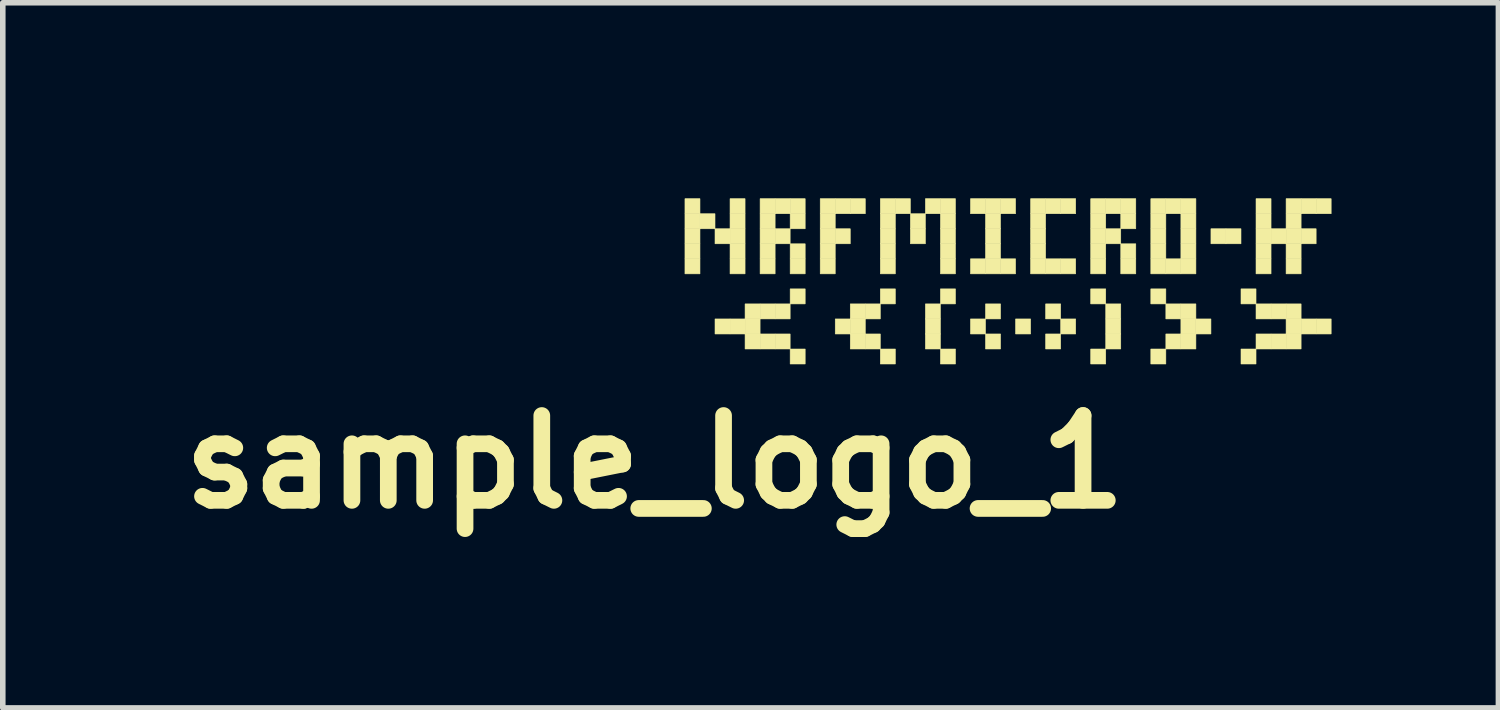
<source format=kicad_pcb>
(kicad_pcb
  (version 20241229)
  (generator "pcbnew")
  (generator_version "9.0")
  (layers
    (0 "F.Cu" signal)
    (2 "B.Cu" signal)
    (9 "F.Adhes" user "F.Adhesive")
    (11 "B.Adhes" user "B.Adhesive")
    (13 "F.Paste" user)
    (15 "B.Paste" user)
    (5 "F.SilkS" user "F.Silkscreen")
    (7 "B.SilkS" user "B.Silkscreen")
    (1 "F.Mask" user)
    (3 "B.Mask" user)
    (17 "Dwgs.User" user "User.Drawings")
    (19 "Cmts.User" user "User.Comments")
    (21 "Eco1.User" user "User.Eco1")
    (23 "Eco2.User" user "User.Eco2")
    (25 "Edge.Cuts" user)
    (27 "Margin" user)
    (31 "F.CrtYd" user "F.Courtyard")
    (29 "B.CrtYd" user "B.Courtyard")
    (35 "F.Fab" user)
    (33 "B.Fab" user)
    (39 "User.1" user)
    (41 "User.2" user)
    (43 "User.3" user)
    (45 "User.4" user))
  (footprint "sample_logo_1"
    (layer "F.Cu")
    (at 8.716 0.25)
    (property "Reference" "sample_logo_1" (at 0 5 0) (layer "F.SilkS") (effects (font (size 1.524 1.524) (thickness 0.3))))
    (attr through_hole)
    (fp_poly (pts (xy 0.54 0.27) (xy 0.81 0.27) (xy 0.81 0.54) (xy 0.54 0.54) (xy 0.54 0.27)) (stroke (width 0.01) (type solid)) (fill yes) (layer "F.SilkS"))
    (fp_poly (pts (xy 0.54 0.54) (xy 0.81 0.54) (xy 0.81 0.81) (xy 0.54 0.81) (xy 0.54 0.54)) (stroke (width 0.01) (type solid)) (fill yes) (layer "F.SilkS"))
    (fp_poly (pts (xy 0.54 0.81) (xy 0.81 0.81) (xy 0.81 1.08) (xy 0.54 1.08) (xy 0.54 0.81)) (stroke (width 0.01) (type solid)) (fill yes) (layer "F.SilkS"))
    (fp_poly (pts (xy 0.54 1.08) (xy 0.81 1.08) (xy 0.81 1.35) (xy 0.54 1.35) (xy 0.54 1.08)) (stroke (width 0.01) (type solid)) (fill yes) (layer "F.SilkS"))
    (fp_poly (pts (xy 0.54 1.35) (xy 0.81 1.35) (xy 0.81 1.62) (xy 0.54 1.62) (xy 0.54 1.35)) (stroke (width 0.01) (type solid)) (fill yes) (layer "F.SilkS"))
    (fp_poly (pts (xy 0.81 0.54) (xy 1.08 0.54) (xy 1.08 0.81) (xy 0.81 0.81) (xy 0.81 0.54)) (stroke (width 0.01) (type solid)) (fill yes) (layer "F.SilkS"))
    (fp_poly (pts (xy 1.08 0.81) (xy 1.35 0.81) (xy 1.35 1.08) (xy 1.08 1.08) (xy 1.08 0.81)) (stroke (width 0.01) (type solid)) (fill yes) (layer "F.SilkS"))
    (fp_poly (pts (xy 1.08 2.43) (xy 1.35 2.43) (xy 1.35 2.7) (xy 1.08 2.7) (xy 1.08 2.43)) (stroke (width 0.01) (type solid)) (fill yes) (layer "F.SilkS"))
    (fp_poly (pts (xy 1.35 0.27) (xy 1.62 0.27) (xy 1.62 0.54) (xy 1.35 0.54) (xy 1.35 0.27)) (stroke (width 0.01) (type solid)) (fill yes) (layer "F.SilkS"))
    (fp_poly (pts (xy 1.35 0.54) (xy 1.62 0.54) (xy 1.62 0.81) (xy 1.35 0.81) (xy 1.35 0.54)) (stroke (width 0.01) (type solid)) (fill yes) (layer "F.SilkS"))
    (fp_poly (pts (xy 1.35 0.81) (xy 1.62 0.81) (xy 1.62 1.08) (xy 1.35 1.08) (xy 1.35 0.81)) (stroke (width 0.01) (type solid)) (fill yes) (layer "F.SilkS"))
    (fp_poly (pts (xy 1.35 1.08) (xy 1.62 1.08) (xy 1.62 1.35) (xy 1.35 1.35) (xy 1.35 1.08)) (stroke (width 0.01) (type solid)) (fill yes) (layer "F.SilkS"))
    (fp_poly (pts (xy 1.35 1.35) (xy 1.62 1.35) (xy 1.62 1.62) (xy 1.35 1.62) (xy 1.35 1.35)) (stroke (width 0.01) (type solid)) (fill yes) (layer "F.SilkS"))
    (fp_poly (pts (xy 1.35 2.43) (xy 1.62 2.43) (xy 1.62 2.7) (xy 1.35 2.7) (xy 1.35 2.43)) (stroke (width 0.01) (type solid)) (fill yes) (layer "F.SilkS"))
    (fp_poly (pts (xy 1.62 2.16) (xy 1.89 2.16) (xy 1.89 2.43) (xy 1.62 2.43) (xy 1.62 2.16)) (stroke (width 0.01) (type solid)) (fill yes) (layer "F.SilkS"))
    (fp_poly (pts (xy 1.62 2.43) (xy 1.89 2.43) (xy 1.89 2.7) (xy 1.62 2.7) (xy 1.62 2.43)) (stroke (width 0.01) (type solid)) (fill yes) (layer "F.SilkS"))
    (fp_poly (pts (xy 1.62 2.7) (xy 1.89 2.7) (xy 1.89 2.97) (xy 1.62 2.97) (xy 1.62 2.7)) (stroke (width 0.01) (type solid)) (fill yes) (layer "F.SilkS"))
    (fp_poly (pts (xy 1.89 0.27) (xy 2.16 0.27) (xy 2.16 0.54) (xy 1.89 0.54) (xy 1.89 0.27)) (stroke (width 0.01) (type solid)) (fill yes) (layer "F.SilkS"))
    (fp_poly (pts (xy 1.89 0.54) (xy 2.16 0.54) (xy 2.16 0.81) (xy 1.89 0.81) (xy 1.89 0.54)) (stroke (width 0.01) (type solid)) (fill yes) (layer "F.SilkS"))
    (fp_poly (pts (xy 1.89 0.81) (xy 2.16 0.81) (xy 2.16 1.08) (xy 1.89 1.08) (xy 1.89 0.81)) (stroke (width 0.01) (type solid)) (fill yes) (layer "F.SilkS"))
    (fp_poly (pts (xy 1.89 1.08) (xy 2.16 1.08) (xy 2.16 1.35) (xy 1.89 1.35) (xy 1.89 1.08)) (stroke (width 0.01) (type solid)) (fill yes) (layer "F.SilkS"))
    (fp_poly (pts (xy 1.89 1.35) (xy 2.16 1.35) (xy 2.16 1.62) (xy 1.89 1.62) (xy 1.89 1.35)) (stroke (width 0.01) (type solid)) (fill yes) (layer "F.SilkS"))
    (fp_poly (pts (xy 1.89 2.16) (xy 2.16 2.16) (xy 2.16 2.43) (xy 1.89 2.43) (xy 1.89 2.16)) (stroke (width 0.01) (type solid)) (fill yes) (layer "F.SilkS"))
    (fp_poly (pts (xy 1.89 2.7) (xy 2.16 2.7) (xy 2.16 2.97) (xy 1.89 2.97) (xy 1.89 2.7)) (stroke (width 0.01) (type solid)) (fill yes) (layer "F.SilkS"))
    (fp_poly (pts (xy 2.16 0.27) (xy 2.43 0.27) (xy 2.43 0.54) (xy 2.16 0.54) (xy 2.16 0.27)) (stroke (width 0.01) (type solid)) (fill yes) (layer "F.SilkS"))
    (fp_poly (pts (xy 2.16 0.81) (xy 2.43 0.81) (xy 2.43 1.08) (xy 2.16 1.08) (xy 2.16 0.81)) (stroke (width 0.01) (type solid)) (fill yes) (layer "F.SilkS"))
    (fp_poly (pts (xy 2.16 2.16) (xy 2.43 2.16) (xy 2.43 2.43) (xy 2.16 2.43) (xy 2.16 2.16)) (stroke (width 0.01) (type solid)) (fill yes) (layer "F.SilkS"))
    (fp_poly (pts (xy 2.16 2.7) (xy 2.43 2.7) (xy 2.43 2.97) (xy 2.16 2.97) (xy 2.16 2.7)) (stroke (width 0.01) (type solid)) (fill yes) (layer "F.SilkS"))
    (fp_poly (pts (xy 2.43 0.27) (xy 2.7 0.27) (xy 2.7 0.54) (xy 2.43 0.54) (xy 2.43 0.27)) (stroke (width 0.01) (type solid)) (fill yes) (layer "F.SilkS"))
    (fp_poly (pts (xy 2.43 0.54) (xy 2.7 0.54) (xy 2.7 0.81) (xy 2.43 0.81) (xy 2.43 0.54)) (stroke (width 0.01) (type solid)) (fill yes) (layer "F.SilkS"))
    (fp_poly (pts (xy 2.43 1.08) (xy 2.7 1.08) (xy 2.7 1.35) (xy 2.43 1.35) (xy 2.43 1.08)) (stroke (width 0.01) (type solid)) (fill yes) (layer "F.SilkS"))
    (fp_poly (pts (xy 2.43 1.35) (xy 2.7 1.35) (xy 2.7 1.62) (xy 2.43 1.62) (xy 2.43 1.35)) (stroke (width 0.01) (type solid)) (fill yes) (layer "F.SilkS"))
    (fp_poly (pts (xy 2.43 1.89) (xy 2.7 1.89) (xy 2.7 2.16) (xy 2.43 2.16) (xy 2.43 1.89)) (stroke (width 0.01) (type solid)) (fill yes) (layer "F.SilkS"))
    (fp_poly (pts (xy 2.43 2.97) (xy 2.7 2.97) (xy 2.7 3.24) (xy 2.43 3.24) (xy 2.43 2.97)) (stroke (width 0.01) (type solid)) (fill yes) (layer "F.SilkS"))
    (fp_poly (pts (xy 2.97 0.27) (xy 3.24 0.27) (xy 3.24 0.54) (xy 2.97 0.54) (xy 2.97 0.27)) (stroke (width 0.01) (type solid)) (fill yes) (layer "F.SilkS"))
    (fp_poly (pts (xy 2.97 0.54) (xy 3.24 0.54) (xy 3.24 0.81) (xy 2.97 0.81) (xy 2.97 0.54)) (stroke (width 0.01) (type solid)) (fill yes) (layer "F.SilkS"))
    (fp_poly (pts (xy 2.97 0.81) (xy 3.24 0.81) (xy 3.24 1.08) (xy 2.97 1.08) (xy 2.97 0.81)) (stroke (width 0.01) (type solid)) (fill yes) (layer "F.SilkS"))
    (fp_poly (pts (xy 2.97 1.08) (xy 3.24 1.08) (xy 3.24 1.35) (xy 2.97 1.35) (xy 2.97 1.08)) (stroke (width 0.01) (type solid)) (fill yes) (layer "F.SilkS"))
    (fp_poly (pts (xy 2.97 1.35) (xy 3.24 1.35) (xy 3.24 1.62) (xy 2.97 1.62) (xy 2.97 1.35)) (stroke (width 0.01) (type solid)) (fill yes) (layer "F.SilkS"))
    (fp_poly (pts (xy 3.24 0.27) (xy 3.51 0.27) (xy 3.51 0.54) (xy 3.24 0.54) (xy 3.24 0.27)) (stroke (width 0.01) (type solid)) (fill yes) (layer "F.SilkS"))
    (fp_poly (pts (xy 3.24 0.81) (xy 3.51 0.81) (xy 3.51 1.08) (xy 3.24 1.08) (xy 3.24 0.81)) (stroke (width 0.01) (type solid)) (fill yes) (layer "F.SilkS"))
    (fp_poly (pts (xy 3.24 2.43) (xy 3.51 2.43) (xy 3.51 2.7) (xy 3.24 2.7) (xy 3.24 2.43)) (stroke (width 0.01) (type solid)) (fill yes) (layer "F.SilkS"))
    (fp_poly (pts (xy 3.51 0.27) (xy 3.78 0.27) (xy 3.78 0.54) (xy 3.51 0.54) (xy 3.51 0.27)) (stroke (width 0.01) (type solid)) (fill yes) (layer "F.SilkS"))
    (fp_poly (pts (xy 3.51 2.16) (xy 3.78 2.16) (xy 3.78 2.43) (xy 3.51 2.43) (xy 3.51 2.16)) (stroke (width 0.01) (type solid)) (fill yes) (layer "F.SilkS"))
    (fp_poly (pts (xy 3.51 2.43) (xy 3.78 2.43) (xy 3.78 2.7) (xy 3.51 2.7) (xy 3.51 2.43)) (stroke (width 0.01) (type solid)) (fill yes) (layer "F.SilkS"))
    (fp_poly (pts (xy 3.51 2.7) (xy 3.78 2.7) (xy 3.78 2.97) (xy 3.51 2.97) (xy 3.51 2.7)) (stroke (width 0.01) (type solid)) (fill yes) (layer "F.SilkS"))
    (fp_poly (pts (xy 3.78 2.16) (xy 4.05 2.16) (xy 4.05 2.43) (xy 3.78 2.43) (xy 3.78 2.16)) (stroke (width 0.01) (type solid)) (fill yes) (layer "F.SilkS"))
    (fp_poly (pts (xy 3.78 2.7) (xy 4.05 2.7) (xy 4.05 2.97) (xy 3.78 2.97) (xy 3.78 2.7)) (stroke (width 0.01) (type solid)) (fill yes) (layer "F.SilkS"))
    (fp_poly (pts (xy 4.05 0.27) (xy 4.32 0.27) (xy 4.32 0.54) (xy 4.05 0.54) (xy 4.05 0.27)) (stroke (width 0.01) (type solid)) (fill yes) (layer "F.SilkS"))
    (fp_poly (pts (xy 4.05 0.54) (xy 4.32 0.54) (xy 4.32 0.81) (xy 4.05 0.81) (xy 4.05 0.54)) (stroke (width 0.01) (type solid)) (fill yes) (layer "F.SilkS"))
    (fp_poly (pts (xy 4.05 0.81) (xy 4.32 0.81) (xy 4.32 1.08) (xy 4.05 1.08) (xy 4.05 0.81)) (stroke (width 0.01) (type solid)) (fill yes) (layer "F.SilkS"))
    (fp_poly (pts (xy 4.05 1.08) (xy 4.32 1.08) (xy 4.32 1.35) (xy 4.05 1.35) (xy 4.05 1.08)) (stroke (width 0.01) (type solid)) (fill yes) (layer "F.SilkS"))
    (fp_poly (pts (xy 4.05 1.35) (xy 4.32 1.35) (xy 4.32 1.62) (xy 4.05 1.62) (xy 4.05 1.35)) (stroke (width 0.01) (type solid)) (fill yes) (layer "F.SilkS"))
    (fp_poly (pts (xy 4.05 1.89) (xy 4.32 1.89) (xy 4.32 2.16) (xy 4.05 2.16) (xy 4.05 1.89)) (stroke (width 0.01) (type solid)) (fill yes) (layer "F.SilkS"))
    (fp_poly (pts (xy 4.05 2.97) (xy 4.32 2.97) (xy 4.32 3.24) (xy 4.05 3.24) (xy 4.05 2.97)) (stroke (width 0.01) (type solid)) (fill yes) (layer "F.SilkS"))
    (fp_poly (pts (xy 4.32 0.27) (xy 4.59 0.27) (xy 4.59 0.54) (xy 4.32 0.54) (xy 4.32 0.27)) (stroke (width 0.01) (type solid)) (fill yes) (layer "F.SilkS"))
    (fp_poly (pts (xy 4.59 0.54) (xy 4.86 0.54) (xy 4.86 0.81) (xy 4.59 0.81) (xy 4.59 0.54)) (stroke (width 0.01) (type solid)) (fill yes) (layer "F.SilkS"))
    (fp_poly (pts (xy 4.59 0.81) (xy 4.86 0.81) (xy 4.86 1.08) (xy 4.59 1.08) (xy 4.59 0.81)) (stroke (width 0.01) (type solid)) (fill yes) (layer "F.SilkS"))
    (fp_poly (pts (xy 4.86 0.27) (xy 5.13 0.27) (xy 5.13 0.54) (xy 4.86 0.54) (xy 4.86 0.27)) (stroke (width 0.01) (type solid)) (fill yes) (layer "F.SilkS"))
    (fp_poly (pts (xy 4.86 2.16) (xy 5.13 2.16) (xy 5.13 2.43) (xy 4.86 2.43) (xy 4.86 2.16)) (stroke (width 0.01) (type solid)) (fill yes) (layer "F.SilkS"))
    (fp_poly (pts (xy 4.86 2.43) (xy 5.13 2.43) (xy 5.13 2.7) (xy 4.86 2.7) (xy 4.86 2.43)) (stroke (width 0.01) (type solid)) (fill yes) (layer "F.SilkS"))
    (fp_poly (pts (xy 4.86 2.7) (xy 5.13 2.7) (xy 5.13 2.97) (xy 4.86 2.97) (xy 4.86 2.7)) (stroke (width 0.01) (type solid)) (fill yes) (layer "F.SilkS"))
    (fp_poly (pts (xy 5.13 0.27) (xy 5.4 0.27) (xy 5.4 0.54) (xy 5.13 0.54) (xy 5.13 0.27)) (stroke (width 0.01) (type solid)) (fill yes) (layer "F.SilkS"))
    (fp_poly (pts (xy 5.13 0.54) (xy 5.4 0.54) (xy 5.4 0.81) (xy 5.13 0.81) (xy 5.13 0.54)) (stroke (width 0.01) (type solid)) (fill yes) (layer "F.SilkS"))
    (fp_poly (pts (xy 5.13 0.81) (xy 5.4 0.81) (xy 5.4 1.08) (xy 5.13 1.08) (xy 5.13 0.81)) (stroke (width 0.01) (type solid)) (fill yes) (layer "F.SilkS"))
    (fp_poly (pts (xy 5.13 1.08) (xy 5.4 1.08) (xy 5.4 1.35) (xy 5.13 1.35) (xy 5.13 1.08)) (stroke (width 0.01) (type solid)) (fill yes) (layer "F.SilkS"))
    (fp_poly (pts (xy 5.13 1.35) (xy 5.4 1.35) (xy 5.4 1.62) (xy 5.13 1.62) (xy 5.13 1.35)) (stroke (width 0.01) (type solid)) (fill yes) (layer "F.SilkS"))
    (fp_poly (pts (xy 5.13 1.89) (xy 5.4 1.89) (xy 5.4 2.16) (xy 5.13 2.16) (xy 5.13 1.89)) (stroke (width 0.01) (type solid)) (fill yes) (layer "F.SilkS"))
    (fp_poly (pts (xy 5.13 2.97) (xy 5.4 2.97) (xy 5.4 3.24) (xy 5.13 3.24) (xy 5.13 2.97)) (stroke (width 0.01) (type solid)) (fill yes) (layer "F.SilkS"))
    (fp_poly (pts (xy 5.67 0.27) (xy 5.94 0.27) (xy 5.94 0.54) (xy 5.67 0.54) (xy 5.67 0.27)) (stroke (width 0.01) (type solid)) (fill yes) (layer "F.SilkS"))
    (fp_poly (pts (xy 5.67 1.35) (xy 5.94 1.35) (xy 5.94 1.62) (xy 5.67 1.62) (xy 5.67 1.35)) (stroke (width 0.01) (type solid)) (fill yes) (layer "F.SilkS"))
    (fp_poly (pts (xy 5.67 2.43) (xy 5.94 2.43) (xy 5.94 2.7) (xy 5.67 2.7) (xy 5.67 2.43)) (stroke (width 0.01) (type solid)) (fill yes) (layer "F.SilkS"))
    (fp_poly (pts (xy 5.94 0.27) (xy 6.21 0.27) (xy 6.21 0.54) (xy 5.94 0.54) (xy 5.94 0.27)) (stroke (width 0.01) (type solid)) (fill yes) (layer "F.SilkS"))
    (fp_poly (pts (xy 5.94 0.54) (xy 6.21 0.54) (xy 6.21 0.81) (xy 5.94 0.81) (xy 5.94 0.54)) (stroke (width 0.01) (type solid)) (fill yes) (layer "F.SilkS"))
    (fp_poly (pts (xy 5.94 0.81) (xy 6.21 0.81) (xy 6.21 1.08) (xy 5.94 1.08) (xy 5.94 0.81)) (stroke (width 0.01) (type solid)) (fill yes) (layer "F.SilkS"))
    (fp_poly (pts (xy 5.94 1.08) (xy 6.21 1.08) (xy 6.21 1.35) (xy 5.94 1.35) (xy 5.94 1.08)) (stroke (width 0.01) (type solid)) (fill yes) (layer "F.SilkS"))
    (fp_poly (pts (xy 5.94 1.35) (xy 6.21 1.35) (xy 6.21 1.62) (xy 5.94 1.62) (xy 5.94 1.35)) (stroke (width 0.01) (type solid)) (fill yes) (layer "F.SilkS"))
    (fp_poly (pts (xy 5.94 2.16) (xy 6.21 2.16) (xy 6.21 2.43) (xy 5.94 2.43) (xy 5.94 2.16)) (stroke (width 0.01) (type solid)) (fill yes) (layer "F.SilkS"))
    (fp_poly (pts (xy 5.94 2.7) (xy 6.21 2.7) (xy 6.21 2.97) (xy 5.94 2.97) (xy 5.94 2.7)) (stroke (width 0.01) (type solid)) (fill yes) (layer "F.SilkS"))
    (fp_poly (pts (xy 6.21 0.27) (xy 6.48 0.27) (xy 6.48 0.54) (xy 6.21 0.54) (xy 6.21 0.27)) (stroke (width 0.01) (type solid)) (fill yes) (layer "F.SilkS"))
    (fp_poly (pts (xy 6.21 1.35) (xy 6.48 1.35) (xy 6.48 1.62) (xy 6.21 1.62) (xy 6.21 1.35)) (stroke (width 0.01) (type solid)) (fill yes) (layer "F.SilkS"))
    (fp_poly (pts (xy 6.48 2.43) (xy 6.75 2.43) (xy 6.75 2.7) (xy 6.48 2.7) (xy 6.48 2.43)) (stroke (width 0.01) (type solid)) (fill yes) (layer "F.SilkS"))
    (fp_poly (pts (xy 6.75 0.27) (xy 7.02 0.27) (xy 7.02 0.54) (xy 6.75 0.54) (xy 6.75 0.27)) (stroke (width 0.01) (type solid)) (fill yes) (layer "F.SilkS"))
    (fp_poly (pts (xy 6.75 0.54) (xy 7.02 0.54) (xy 7.02 0.81) (xy 6.75 0.81) (xy 6.75 0.54)) (stroke (width 0.01) (type solid)) (fill yes) (layer "F.SilkS"))
    (fp_poly (pts (xy 6.75 0.81) (xy 7.02 0.81) (xy 7.02 1.08) (xy 6.75 1.08) (xy 6.75 0.81)) (stroke (width 0.01) (type solid)) (fill yes) (layer "F.SilkS"))
    (fp_poly (pts (xy 6.75 1.08) (xy 7.02 1.08) (xy 7.02 1.35) (xy 6.75 1.35) (xy 6.75 1.08)) (stroke (width 0.01) (type solid)) (fill yes) (layer "F.SilkS"))
    (fp_poly (pts (xy 6.75 1.35) (xy 7.02 1.35) (xy 7.02 1.62) (xy 6.75 1.62) (xy 6.75 1.35)) (stroke (width 0.01) (type solid)) (fill yes) (layer "F.SilkS"))
    (fp_poly (pts (xy 7.02 0.27) (xy 7.29 0.27) (xy 7.29 0.54) (xy 7.02 0.54) (xy 7.02 0.27)) (stroke (width 0.01) (type solid)) (fill yes) (layer "F.SilkS"))
    (fp_poly (pts (xy 7.02 1.35) (xy 7.29 1.35) (xy 7.29 1.62) (xy 7.02 1.62) (xy 7.02 1.35)) (stroke (width 0.01) (type solid)) (fill yes) (layer "F.SilkS"))
    (fp_poly (pts (xy 7.02 2.16) (xy 7.29 2.16) (xy 7.29 2.43) (xy 7.02 2.43) (xy 7.02 2.16)) (stroke (width 0.01) (type solid)) (fill yes) (layer "F.SilkS"))
    (fp_poly (pts (xy 7.02 2.7) (xy 7.29 2.7) (xy 7.29 2.97) (xy 7.02 2.97) (xy 7.02 2.7)) (stroke (width 0.01) (type solid)) (fill yes) (layer "F.SilkS"))
    (fp_poly (pts (xy 7.29 0.27) (xy 7.56 0.27) (xy 7.56 0.54) (xy 7.29 0.54) (xy 7.29 0.27)) (stroke (width 0.01) (type solid)) (fill yes) (layer "F.SilkS"))
    (fp_poly (pts (xy 7.29 1.35) (xy 7.56 1.35) (xy 7.56 1.62) (xy 7.29 1.62) (xy 7.29 1.35)) (stroke (width 0.01) (type solid)) (fill yes) (layer "F.SilkS"))
    (fp_poly (pts (xy 7.29 2.43) (xy 7.56 2.43) (xy 7.56 2.7) (xy 7.29 2.7) (xy 7.29 2.43)) (stroke (width 0.01) (type solid)) (fill yes) (layer "F.SilkS"))
    (fp_poly (pts (xy 7.83 0.27) (xy 8.1 0.27) (xy 8.1 0.54) (xy 7.83 0.54) (xy 7.83 0.27)) (stroke (width 0.01) (type solid)) (fill yes) (layer "F.SilkS"))
    (fp_poly (pts (xy 7.83 0.54) (xy 8.1 0.54) (xy 8.1 0.81) (xy 7.83 0.81) (xy 7.83 0.54)) (stroke (width 0.01) (type solid)) (fill yes) (layer "F.SilkS"))
    (fp_poly (pts (xy 7.83 0.81) (xy 8.1 0.81) (xy 8.1 1.08) (xy 7.83 1.08) (xy 7.83 0.81)) (stroke (width 0.01) (type solid)) (fill yes) (layer "F.SilkS"))
    (fp_poly (pts (xy 7.83 1.08) (xy 8.1 1.08) (xy 8.1 1.35) (xy 7.83 1.35) (xy 7.83 1.08)) (stroke (width 0.01) (type solid)) (fill yes) (layer "F.SilkS"))
    (fp_poly (pts (xy 7.83 1.35) (xy 8.1 1.35) (xy 8.1 1.62) (xy 7.83 1.62) (xy 7.83 1.35)) (stroke (width 0.01) (type solid)) (fill yes) (layer "F.SilkS"))
    (fp_poly (pts (xy 7.83 1.89) (xy 8.1 1.89) (xy 8.1 2.16) (xy 7.83 2.16) (xy 7.83 1.89)) (stroke (width 0.01) (type solid)) (fill yes) (layer "F.SilkS"))
    (fp_poly (pts (xy 7.83 2.97) (xy 8.1 2.97) (xy 8.1 3.24) (xy 7.83 3.24) (xy 7.83 2.97)) (stroke (width 0.01) (type solid)) (fill yes) (layer "F.SilkS"))
    (fp_poly (pts (xy 8.1 0.27) (xy 8.37 0.27) (xy 8.37 0.54) (xy 8.1 0.54) (xy 8.1 0.27)) (stroke (width 0.01) (type solid)) (fill yes) (layer "F.SilkS"))
    (fp_poly (pts (xy 8.1 0.81) (xy 8.37 0.81) (xy 8.37 1.08) (xy 8.1 1.08) (xy 8.1 0.81)) (stroke (width 0.01) (type solid)) (fill yes) (layer "F.SilkS"))
    (fp_poly (pts (xy 8.1 2.16) (xy 8.37 2.16) (xy 8.37 2.43) (xy 8.1 2.43) (xy 8.1 2.16)) (stroke (width 0.01) (type solid)) (fill yes) (layer "F.SilkS"))
    (fp_poly (pts (xy 8.1 2.43) (xy 8.37 2.43) (xy 8.37 2.7) (xy 8.1 2.7) (xy 8.1 2.43)) (stroke (width 0.01) (type solid)) (fill yes) (layer "F.SilkS"))
    (fp_poly (pts (xy 8.1 2.7) (xy 8.37 2.7) (xy 8.37 2.97) (xy 8.1 2.97) (xy 8.1 2.7)) (stroke (width 0.01) (type solid)) (fill yes) (layer "F.SilkS"))
    (fp_poly (pts (xy 8.37 0.27) (xy 8.64 0.27) (xy 8.64 0.54) (xy 8.37 0.54) (xy 8.37 0.27)) (stroke (width 0.01) (type solid)) (fill yes) (layer "F.SilkS"))
    (fp_poly (pts (xy 8.37 0.54) (xy 8.64 0.54) (xy 8.64 0.81) (xy 8.37 0.81) (xy 8.37 0.54)) (stroke (width 0.01) (type solid)) (fill yes) (layer "F.SilkS"))
    (fp_poly (pts (xy 8.37 1.08) (xy 8.64 1.08) (xy 8.64 1.35) (xy 8.37 1.35) (xy 8.37 1.08)) (stroke (width 0.01) (type solid)) (fill yes) (layer "F.SilkS"))
    (fp_poly (pts (xy 8.37 1.35) (xy 8.64 1.35) (xy 8.64 1.62) (xy 8.37 1.62) (xy 8.37 1.35)) (stroke (width 0.01) (type solid)) (fill yes) (layer "F.SilkS"))
    (fp_poly (pts (xy 8.91 0.27) (xy 9.18 0.27) (xy 9.18 0.54) (xy 8.91 0.54) (xy 8.91 0.27)) (stroke (width 0.01) (type solid)) (fill yes) (layer "F.SilkS"))
    (fp_poly (pts (xy 8.91 0.54) (xy 9.18 0.54) (xy 9.18 0.81) (xy 8.91 0.81) (xy 8.91 0.54)) (stroke (width 0.01) (type solid)) (fill yes) (layer "F.SilkS"))
    (fp_poly (pts (xy 8.91 0.81) (xy 9.18 0.81) (xy 9.18 1.08) (xy 8.91 1.08) (xy 8.91 0.81)) (stroke (width 0.01) (type solid)) (fill yes) (layer "F.SilkS"))
    (fp_poly (pts (xy 8.91 1.08) (xy 9.18 1.08) (xy 9.18 1.35) (xy 8.91 1.35) (xy 8.91 1.08)) (stroke (width 0.01) (type solid)) (fill yes) (layer "F.SilkS"))
    (fp_poly (pts (xy 8.91 1.35) (xy 9.18 1.35) (xy 9.18 1.62) (xy 8.91 1.62) (xy 8.91 1.35)) (stroke (width 0.01) (type solid)) (fill yes) (layer "F.SilkS"))
    (fp_poly (pts (xy 8.91 1.89) (xy 9.18 1.89) (xy 9.18 2.16) (xy 8.91 2.16) (xy 8.91 1.89)) (stroke (width 0.01) (type solid)) (fill yes) (layer "F.SilkS"))
    (fp_poly (pts (xy 8.91 2.97) (xy 9.18 2.97) (xy 9.18 3.24) (xy 8.91 3.24) (xy 8.91 2.97)) (stroke (width 0.01) (type solid)) (fill yes) (layer "F.SilkS"))
    (fp_poly (pts (xy 9.18 0.27) (xy 9.45 0.27) (xy 9.45 0.54) (xy 9.18 0.54) (xy 9.18 0.27)) (stroke (width 0.01) (type solid)) (fill yes) (layer "F.SilkS"))
    (fp_poly (pts (xy 9.18 1.35) (xy 9.45 1.35) (xy 9.45 1.62) (xy 9.18 1.62) (xy 9.18 1.35)) (stroke (width 0.01) (type solid)) (fill yes) (layer "F.SilkS"))
    (fp_poly (pts (xy 9.18 2.16) (xy 9.45 2.16) (xy 9.45 2.43) (xy 9.18 2.43) (xy 9.18 2.16)) (stroke (width 0.01) (type solid)) (fill yes) (layer "F.SilkS"))
    (fp_poly (pts (xy 9.18 2.7) (xy 9.45 2.7) (xy 9.45 2.97) (xy 9.18 2.97) (xy 9.18 2.7)) (stroke (width 0.01) (type solid)) (fill yes) (layer "F.SilkS"))
    (fp_poly (pts (xy 9.45 0.27) (xy 9.72 0.27) (xy 9.72 0.54) (xy 9.45 0.54) (xy 9.45 0.27)) (stroke (width 0.01) (type solid)) (fill yes) (layer "F.SilkS"))
    (fp_poly (pts (xy 9.45 0.54) (xy 9.72 0.54) (xy 9.72 0.81) (xy 9.45 0.81) (xy 9.45 0.54)) (stroke (width 0.01) (type solid)) (fill yes) (layer "F.SilkS"))
    (fp_poly (pts (xy 9.45 0.81) (xy 9.72 0.81) (xy 9.72 1.08) (xy 9.45 1.08) (xy 9.45 0.81)) (stroke (width 0.01) (type solid)) (fill yes) (layer "F.SilkS"))
    (fp_poly (pts (xy 9.45 1.08) (xy 9.72 1.08) (xy 9.72 1.35) (xy 9.45 1.35) (xy 9.45 1.08)) (stroke (width 0.01) (type solid)) (fill yes) (layer "F.SilkS"))
    (fp_poly (pts (xy 9.45 1.35) (xy 9.72 1.35) (xy 9.72 1.62) (xy 9.45 1.62) (xy 9.45 1.35)) (stroke (width 0.01) (type solid)) (fill yes) (layer "F.SilkS"))
    (fp_poly (pts (xy 9.45 2.16) (xy 9.72 2.16) (xy 9.72 2.43) (xy 9.45 2.43) (xy 9.45 2.16)) (stroke (width 0.01) (type solid)) (fill yes) (layer "F.SilkS"))
    (fp_poly (pts (xy 9.45 2.43) (xy 9.72 2.43) (xy 9.72 2.7) (xy 9.45 2.7) (xy 9.45 2.43)) (stroke (width 0.01) (type solid)) (fill yes) (layer "F.SilkS"))
    (fp_poly (pts (xy 9.45 2.7) (xy 9.72 2.7) (xy 9.72 2.97) (xy 9.45 2.97) (xy 9.45 2.7)) (stroke (width 0.01) (type solid)) (fill yes) (layer "F.SilkS"))
    (fp_poly (pts (xy 9.72 2.43) (xy 9.99 2.43) (xy 9.99 2.7) (xy 9.72 2.7) (xy 9.72 2.43)) (stroke (width 0.01) (type solid)) (fill yes) (layer "F.SilkS"))
    (fp_poly (pts (xy 9.99 0.81) (xy 10.26 0.81) (xy 10.26 1.08) (xy 9.99 1.08) (xy 9.99 0.81)) (stroke (width 0.01) (type solid)) (fill yes) (layer "F.SilkS"))
    (fp_poly (pts (xy 10.26 0.81) (xy 10.53 0.81) (xy 10.53 1.08) (xy 10.26 1.08) (xy 10.26 0.81)) (stroke (width 0.01) (type solid)) (fill yes) (layer "F.SilkS"))
    (fp_poly (pts (xy 10.53 1.89) (xy 10.8 1.89) (xy 10.8 2.16) (xy 10.53 2.16) (xy 10.53 1.89)) (stroke (width 0.01) (type solid)) (fill yes) (layer "F.SilkS"))
    (fp_poly (pts (xy 10.53 2.97) (xy 10.8 2.97) (xy 10.8 3.24) (xy 10.53 3.24) (xy 10.53 2.97)) (stroke (width 0.01) (type solid)) (fill yes) (layer "F.SilkS"))
    (fp_poly (pts (xy 10.8 0.27) (xy 11.07 0.27) (xy 11.07 0.54) (xy 10.8 0.54) (xy 10.8 0.27)) (stroke (width 0.01) (type solid)) (fill yes) (layer "F.SilkS"))
    (fp_poly (pts (xy 10.8 0.54) (xy 11.07 0.54) (xy 11.07 0.81) (xy 10.8 0.81) (xy 10.8 0.54)) (stroke (width 0.01) (type solid)) (fill yes) (layer "F.SilkS"))
    (fp_poly (pts (xy 10.8 0.81) (xy 11.07 0.81) (xy 11.07 1.08) (xy 10.8 1.08) (xy 10.8 0.81)) (stroke (width 0.01) (type solid)) (fill yes) (layer "F.SilkS"))
    (fp_poly (pts (xy 10.8 1.08) (xy 11.07 1.08) (xy 11.07 1.35) (xy 10.8 1.35) (xy 10.8 1.08)) (stroke (width 0.01) (type solid)) (fill yes) (layer "F.SilkS"))
    (fp_poly (pts (xy 10.8 1.35) (xy 11.07 1.35) (xy 11.07 1.62) (xy 10.8 1.62) (xy 10.8 1.35)) (stroke (width 0.01) (type solid)) (fill yes) (layer "F.SilkS"))
    (fp_poly (pts (xy 10.8 2.16) (xy 11.07 2.16) (xy 11.07 2.43) (xy 10.8 2.43) (xy 10.8 2.16)) (stroke (width 0.01) (type solid)) (fill yes) (layer "F.SilkS"))
    (fp_poly (pts (xy 10.8 2.7) (xy 11.07 2.7) (xy 11.07 2.97) (xy 10.8 2.97) (xy 10.8 2.7)) (stroke (width 0.01) (type solid)) (fill yes) (layer "F.SilkS"))
    (fp_poly (pts (xy 11.07 0.81) (xy 11.34 0.81) (xy 11.34 1.08) (xy 11.07 1.08) (xy 11.07 0.81)) (stroke (width 0.01) (type solid)) (fill yes) (layer "F.SilkS"))
    (fp_poly (pts (xy 11.07 2.16) (xy 11.34 2.16) (xy 11.34 2.43) (xy 11.07 2.43) (xy 11.07 2.16)) (stroke (width 0.01) (type solid)) (fill yes) (layer "F.SilkS"))
    (fp_poly (pts (xy 11.07 2.7) (xy 11.34 2.7) (xy 11.34 2.97) (xy 11.07 2.97) (xy 11.07 2.7)) (stroke (width 0.01) (type solid)) (fill yes) (layer "F.SilkS"))
    (fp_poly (pts (xy 11.34 0.27) (xy 11.61 0.27) (xy 11.61 0.54) (xy 11.34 0.54) (xy 11.34 0.27)) (stroke (width 0.01) (type solid)) (fill yes) (layer "F.SilkS"))
    (fp_poly (pts (xy 11.34 0.54) (xy 11.61 0.54) (xy 11.61 0.81) (xy 11.34 0.81) (xy 11.34 0.54)) (stroke (width 0.01) (type solid)) (fill yes) (layer "F.SilkS"))
    (fp_poly (pts (xy 11.34 0.81) (xy 11.61 0.81) (xy 11.61 1.08) (xy 11.34 1.08) (xy 11.34 0.81)) (stroke (width 0.01) (type solid)) (fill yes) (layer "F.SilkS"))
    (fp_poly (pts (xy 11.34 1.08) (xy 11.61 1.08) (xy 11.61 1.35) (xy 11.34 1.35) (xy 11.34 1.08)) (stroke (width 0.01) (type solid)) (fill yes) (layer "F.SilkS"))
    (fp_poly (pts (xy 11.34 1.35) (xy 11.61 1.35) (xy 11.61 1.62) (xy 11.34 1.62) (xy 11.34 1.35)) (stroke (width 0.01) (type solid)) (fill yes) (layer "F.SilkS"))
    (fp_poly (pts (xy 11.34 2.16) (xy 11.61 2.16) (xy 11.61 2.43) (xy 11.34 2.43) (xy 11.34 2.16)) (stroke (width 0.01) (type solid)) (fill yes) (layer "F.SilkS"))
    (fp_poly (pts (xy 11.34 2.43) (xy 11.61 2.43) (xy 11.61 2.7) (xy 11.34 2.7) (xy 11.34 2.43)) (stroke (width 0.01) (type solid)) (fill yes) (layer "F.SilkS"))
    (fp_poly (pts (xy 11.34 2.7) (xy 11.61 2.7) (xy 11.61 2.97) (xy 11.34 2.97) (xy 11.34 2.7)) (stroke (width 0.01) (type solid)) (fill yes) (layer "F.SilkS"))
    (fp_poly (pts (xy 11.61 0.27) (xy 11.88 0.27) (xy 11.88 0.54) (xy 11.61 0.54) (xy 11.61 0.27)) (stroke (width 0.01) (type solid)) (fill yes) (layer "F.SilkS"))
    (fp_poly (pts (xy 11.61 0.81) (xy 11.88 0.81) (xy 11.88 1.08) (xy 11.61 1.08) (xy 11.61 0.81)) (stroke (width 0.01) (type solid)) (fill yes) (layer "F.SilkS"))
    (fp_poly (pts (xy 11.61 2.43) (xy 11.88 2.43) (xy 11.88 2.7) (xy 11.61 2.7) (xy 11.61 2.43)) (stroke (width 0.01) (type solid)) (fill yes) (layer "F.SilkS"))
    (fp_poly (pts (xy 11.88 0.27) (xy 12.15 0.27) (xy 12.15 0.54) (xy 11.88 0.54) (xy 11.88 0.27)) (stroke (width 0.01) (type solid)) (fill yes) (layer "F.SilkS"))
    (fp_poly (pts (xy 11.88 2.43) (xy 12.15 2.43) (xy 12.15 2.7) (xy 11.88 2.7) (xy 11.88 2.43)) (stroke (width 0.01) (type solid)) (fill yes) (layer "F.SilkS")))
  (gr_rect
    (start -3 -3)
    (end 23.871 9.668)
    (stroke (width 0.1) (type default))
    (fill no)
    (layer "Edge.Cuts")))
</source>
